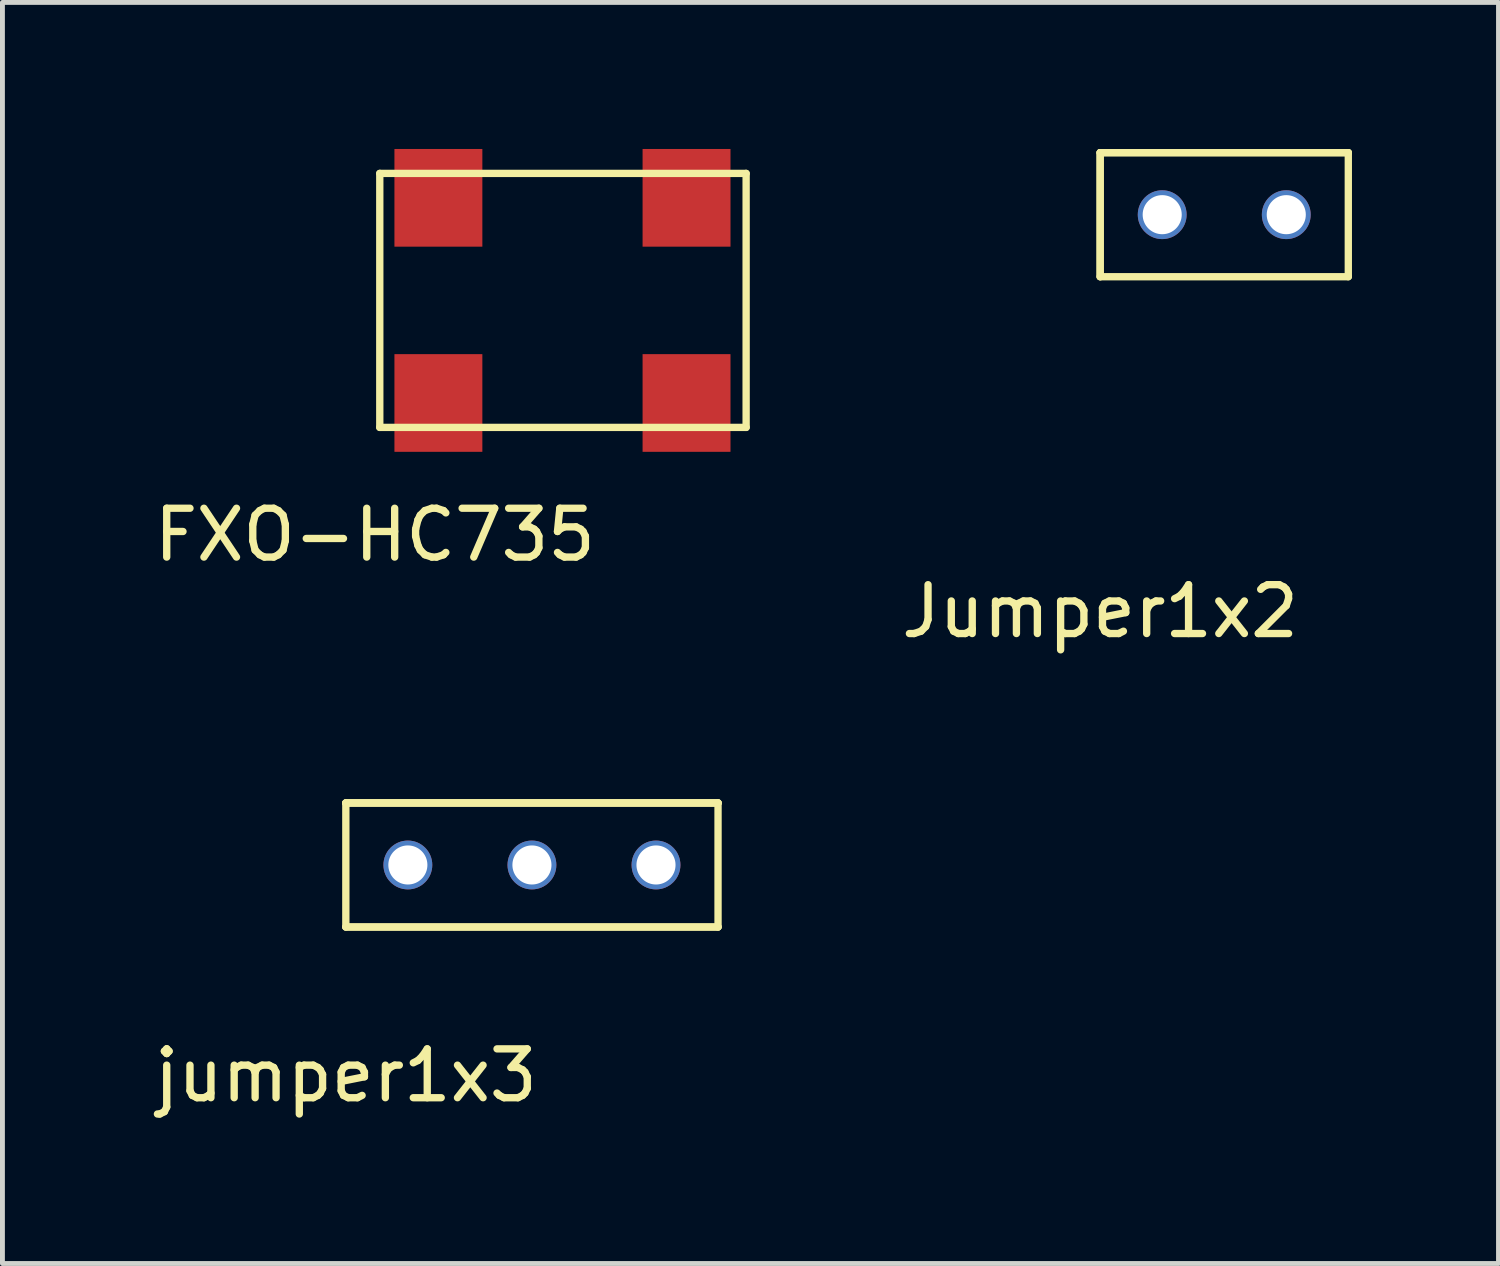
<source format=kicad_pcb>
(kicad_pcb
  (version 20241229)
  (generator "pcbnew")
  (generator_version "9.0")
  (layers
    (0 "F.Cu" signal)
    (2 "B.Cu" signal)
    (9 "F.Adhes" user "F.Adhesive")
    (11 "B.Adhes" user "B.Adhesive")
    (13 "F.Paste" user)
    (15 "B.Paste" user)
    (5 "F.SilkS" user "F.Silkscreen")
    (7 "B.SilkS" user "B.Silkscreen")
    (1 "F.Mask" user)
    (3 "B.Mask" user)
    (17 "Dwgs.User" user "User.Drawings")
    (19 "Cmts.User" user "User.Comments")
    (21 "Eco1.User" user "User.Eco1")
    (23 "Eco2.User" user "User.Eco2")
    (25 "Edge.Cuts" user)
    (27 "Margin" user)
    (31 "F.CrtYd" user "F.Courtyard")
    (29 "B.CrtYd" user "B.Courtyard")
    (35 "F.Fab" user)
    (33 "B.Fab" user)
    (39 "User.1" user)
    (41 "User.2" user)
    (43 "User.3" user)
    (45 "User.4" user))
  (footprint "jumper1x3"
    (layer "F.Cu")
    (at 4.03 18.468)
    (property "Reference" "jumper1x3" (at 0 0.5 0) (layer "F.SilkS") (effects (font (size 1 1) (thickness 0.15))))
    (attr through_hole)
    (fp_line (start 0 -5.08) (end 0 -2.54) (stroke (width 0.15) (type solid)) (layer "F.SilkS"))
    (fp_line (start 0 -5.08) (end 7.62 -5.08) (stroke (width 0.15) (type solid)) (layer "F.SilkS"))
    (fp_line (start 0 -5.08) (end 7.62 -5.08) (stroke (width 0.15) (type solid)) (layer "F.SilkS"))
    (fp_line (start 0 -2.54) (end 7.62 -2.54) (stroke (width 0.15) (type solid)) (layer "F.SilkS"))
    (fp_line (start 7.62 -5.08) (end 0 -5.08) (stroke (width 0.15) (type solid)) (layer "F.SilkS"))
    (fp_line (start 7.62 -5.08) (end 7.62 -2.54) (stroke (width 0.15) (type solid)) (layer "F.SilkS"))
    (fp_line (start 7.62 -2.54) (end 0 -2.54) (stroke (width 0.15) (type solid)) (layer "F.SilkS"))
    (pad "2" thru_hole circle (at 1.27 -3.81) (size 1 1) (drill 0.8) (layers "*.Cu" "*.Mask"))
    (pad "3" thru_hole circle (at 3.81 -3.81) (size 1 1) (drill 0.8) (layers "*.Cu" "*.Mask"))
    (pad "4" thru_hole circle (at 6.35 -3.81) (size 1 1) (drill 0.8) (layers "*.Cu" "*.Mask")))
  (footprint "FXO-HC735"
    (layer "F.Cu")
    (at 4.625 5.7)
    (property "Reference" "FXO-HC735" (at 0 2.2 0) (layer "F.SilkS") (effects (font (size 1 1) (thickness 0.15))))
    (attr through_hole)
    (fp_line (start 0.1 -5.2) (end 7.6 -5.2) (stroke (width 0.15) (type solid)) (layer "F.SilkS"))
    (fp_line (start 0.1 0) (end 0.1 -5.2) (stroke (width 0.15) (type solid)) (layer "F.SilkS"))
    (fp_line (start 0.1 0) (end 7.6 0) (stroke (width 0.15) (type solid)) (layer "F.SilkS"))
    (fp_line (start 7.6 0) (end 7.6 -5.2) (stroke (width 0.15) (type solid)) (layer "F.SilkS"))
    (pad "1" smd rect (at 1.3 -4.7) (size 1.8 2) (layers "F.Cu" "F.Mask" "F.Paste"))
    (pad "2" smd rect (at 6.38 -4.7) (size 1.8 2) (layers "F.Cu" "F.Mask" "F.Paste"))
    (pad "3" smd rect (at 6.38 -0.5) (size 1.8 2) (layers "F.Cu" "F.Mask" "F.Paste"))
    (pad "4" smd rect (at 1.3 -0.5) (size 1.8 2) (layers "F.Cu" "F.Mask" "F.Paste")))
  (footprint "Jumper1x2"
    (layer "F.Cu")
    (at 19.473 8.965)
    (property "Reference" "Jumper1x2" (at 0 0.5 0) (layer "F.SilkS") (effects (font (size 1 1) (thickness 0.15))))
    (attr through_hole)
    (fp_line (start 0 -8.89) (end 0 -6.35) (stroke (width 0.15) (type solid)) (layer "F.SilkS"))
    (fp_line (start 0 -8.89) (end 0 -6.35) (stroke (width 0.15) (type solid)) (layer "F.SilkS"))
    (fp_line (start 0 -8.89) (end 5.08 -8.89) (stroke (width 0.15) (type solid)) (layer "F.SilkS"))
    (fp_line (start 0 -6.35) (end 5.08 -6.35) (stroke (width 0.15) (type solid)) (layer "F.SilkS"))
    (fp_line (start 5.08 -8.89) (end 0 -8.89) (stroke (width 0.15) (type solid)) (layer "F.SilkS"))
    (fp_line (start 5.08 -6.35) (end 5.08 -8.89) (stroke (width 0.15) (type solid)) (layer "F.SilkS"))
    (pad "1" thru_hole circle (at 1.27 -7.62) (size 1 1) (drill 0.8) (layers "*.Cu" "*.Mask"))
    (pad "2" thru_hole circle (at 3.81 -7.62) (size 1 1) (drill 0.8) (layers "*.Cu" "*.Mask")))
  (gr_rect
    (start -3 -3)
    (end 27.628 22.817)
    (stroke (width 0.1) (type default))
    (fill no)
    (layer "Edge.Cuts")))
</source>
